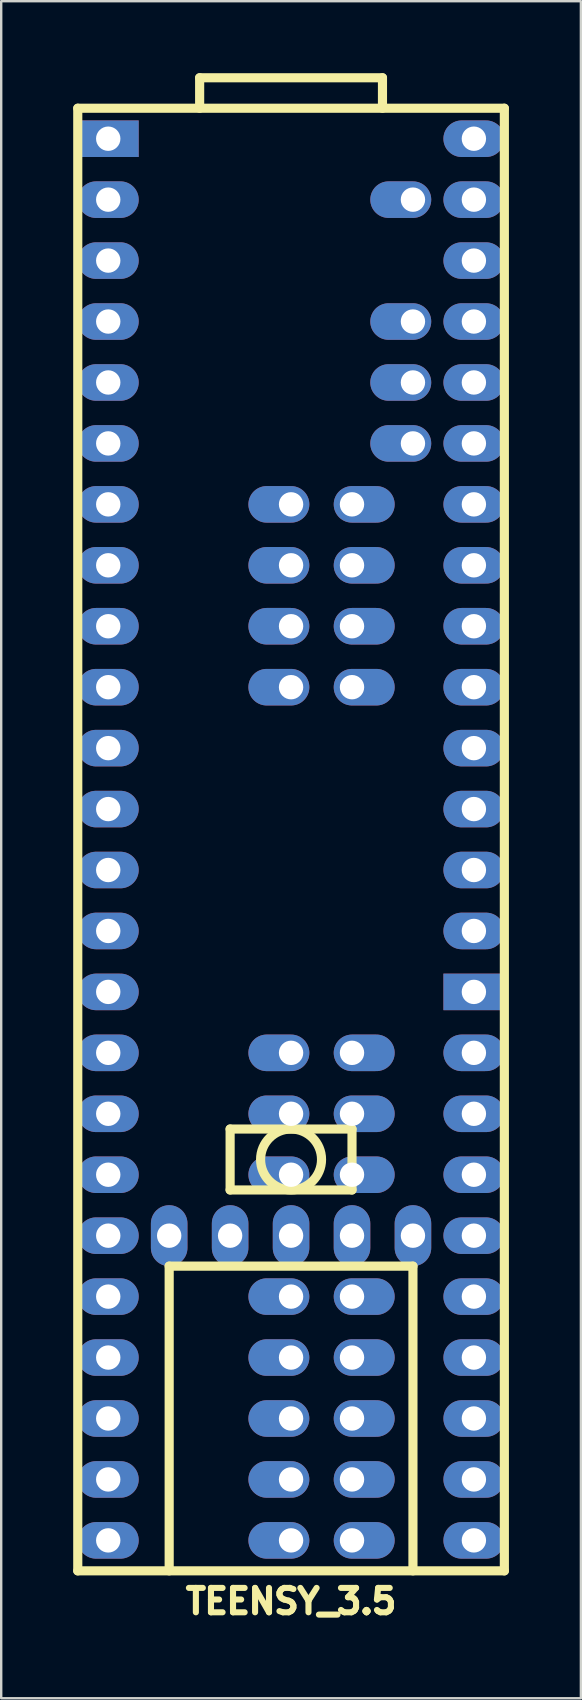
<source format=kicad_pcb>
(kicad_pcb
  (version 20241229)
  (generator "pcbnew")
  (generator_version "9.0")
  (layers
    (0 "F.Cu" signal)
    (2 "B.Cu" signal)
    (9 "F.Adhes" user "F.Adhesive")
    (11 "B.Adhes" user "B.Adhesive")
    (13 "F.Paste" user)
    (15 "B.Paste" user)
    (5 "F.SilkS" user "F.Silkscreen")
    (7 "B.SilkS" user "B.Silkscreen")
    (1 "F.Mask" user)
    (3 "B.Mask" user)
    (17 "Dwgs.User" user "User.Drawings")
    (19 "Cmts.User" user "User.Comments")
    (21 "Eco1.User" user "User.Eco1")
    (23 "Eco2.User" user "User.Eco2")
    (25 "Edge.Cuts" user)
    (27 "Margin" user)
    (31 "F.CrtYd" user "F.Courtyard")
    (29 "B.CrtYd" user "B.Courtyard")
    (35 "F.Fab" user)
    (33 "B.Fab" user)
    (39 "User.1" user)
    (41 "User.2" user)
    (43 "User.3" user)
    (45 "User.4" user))
  (footprint "TEENSY_3.5"
    (layer "F.Cu")
    (at 9.081 19.241)
    (property "Reference" "TEENSY_3.5" (at 0 44.45 0) (layer "F.SilkS") (effects (font (size 1.016 1.016) (thickness 0.254))))
    (attr through_hole)
    (fp_line (start -8.89 -17.78) (end -8.89 43.18) (stroke (width 0.381) (type solid)) (layer "F.SilkS"))
    (fp_line (start -8.89 43.18) (end 8.89 43.18) (stroke (width 0.381) (type solid)) (layer "F.SilkS"))
    (fp_line (start -5.08 30.48) (end 5.08 30.48) (stroke (width 0.381) (type solid)) (layer "F.SilkS"))
    (fp_line (start -5.08 43.18) (end -5.08 30.48) (stroke (width 0.381) (type solid)) (layer "F.SilkS"))
    (fp_line (start -3.81 -19.05) (end 3.81 -19.05) (stroke (width 0.381) (type solid)) (layer "F.SilkS"))
    (fp_line (start -3.81 -17.78) (end -3.81 -19.05) (stroke (width 0.381) (type solid)) (layer "F.SilkS"))
    (fp_line (start -2.54 24.765) (end -2.54 27.305) (stroke (width 0.381) (type solid)) (layer "F.SilkS"))
    (fp_line (start -2.54 27.305) (end 2.54 27.305) (stroke (width 0.381) (type solid)) (layer "F.SilkS"))
    (fp_line (start 2.54 24.765) (end -2.54 24.765) (stroke (width 0.381) (type solid)) (layer "F.SilkS"))
    (fp_line (start 2.54 27.305) (end 2.54 24.765) (stroke (width 0.381) (type solid)) (layer "F.SilkS"))
    (fp_line (start 3.81 -19.05) (end 3.81 -17.78) (stroke (width 0.381) (type solid)) (layer "F.SilkS"))
    (fp_line (start 5.08 30.48) (end 5.08 43.18) (stroke (width 0.381) (type solid)) (layer "F.SilkS"))
    (fp_line (start 8.89 -17.78) (end -8.89 -17.78) (stroke (width 0.381) (type solid)) (layer "F.SilkS"))
    (fp_line (start 8.89 -17.78) (end 8.89 43.18) (stroke (width 0.381) (type solid)) (layer "F.SilkS"))
    (fp_circle (center 0 26.035) (end 0 24.765) (stroke (width 0.381) (type solid)) (fill no) (layer "F.SilkS"))
    (pad "" thru_hole oval (at -7.62 19.05) (size 2.54 1.524) (drill 1.016) (layers "*.Cu" "*.Mask"))
    (pad "" thru_hole oval (at -5.08 29.21) (size 1.524 2.54) (drill 1.016) (layers "*.Cu" "*.Mask"))
    (pad "" thru_hole oval (at -2.54 29.21) (size 1.524 2.54) (drill 1.016) (layers "*.Cu" "*.Mask"))
    (pad "" thru_hole oval (at 0 -1.27) (size 2.54 1.524) (drill 1.016 (offset -0.508 0)) (layers "*.Cu" "*.Mask"))
    (pad "" thru_hole oval (at 0 1.27) (size 2.54 1.524) (drill 1.016 (offset -0.508 0)) (layers "*.Cu" "*.Mask"))
    (pad "" thru_hole oval (at 0 3.81) (size 2.54 1.524) (drill 1.016 (offset -0.508 0)) (layers "*.Cu" "*.Mask"))
    (pad "" thru_hole oval (at 0 6.35) (size 2.54 1.524) (drill 1.016 (offset -0.508 0)) (layers "*.Cu" "*.Mask"))
    (pad "" thru_hole oval (at 0 29.21) (size 1.524 2.54) (drill 1.016) (layers "*.Cu" "*.Mask"))
    (pad "" thru_hole oval (at 0 41.91) (size 2.54 1.524) (drill 1.016 (offset -0.508 0)) (layers "*.Cu" "*.Mask"))
    (pad "" thru_hole oval (at 2.54 41.91) (size 2.54 1.524) (drill 1.016 (offset 0.508 0)) (layers "*.Cu" "*.Mask"))
    (pad "" thru_hole rect (at 7.62 19.05) (size 2.54 1.524) (drill 1.016) (layers "*.Cu" "*.Mask"))
    (pad "0" thru_hole oval (at -7.62 -13.97) (size 2.54 1.524) (drill 1.016) (layers "*.Cu" "*.Mask"))
    (pad "1" thru_hole oval (at -7.62 -11.43) (size 2.54 1.524) (drill 1.016) (layers "*.Cu" "*.Mask"))
    (pad "2" thru_hole oval (at -7.62 -8.89) (size 2.54 1.524) (drill 1.016) (layers "*.Cu" "*.Mask"))
    (pad "3" thru_hole oval (at -7.62 -6.35) (size 2.54 1.524) (drill 1.016) (layers "*.Cu" "*.Mask"))
    (pad "3V3" thru_hole oval (at 7.62 -11.43) (size 2.54 1.524) (drill 1.016) (layers "*.Cu" "*.Mask"))
    (pad "4" thru_hole oval (at -7.62 -3.81) (size 2.54 1.524) (drill 1.016) (layers "*.Cu" "*.Mask"))
    (pad "5" thru_hole oval (at -7.62 -1.27) (size 2.54 1.524) (drill 1.016) (layers "*.Cu" "*.Mask"))
    (pad "6" thru_hole oval (at -7.62 1.27) (size 2.54 1.524) (drill 1.016) (layers "*.Cu" "*.Mask"))
    (pad "7" thru_hole oval (at -7.62 3.81) (size 2.54 1.524) (drill 1.016) (layers "*.Cu" "*.Mask"))
    (pad "8" thru_hole oval (at -7.62 6.35) (size 2.54 1.524) (drill 1.016) (layers "*.Cu" "*.Mask"))
    (pad "9" thru_hole oval (at -7.62 8.89) (size 2.54 1.524) (drill 1.016) (layers "*.Cu" "*.Mask"))
    (pad "10" thru_hole oval (at -7.62 11.43) (size 2.54 1.524) (drill 1.016) (layers "*.Cu" "*.Mask"))
    (pad "11" thru_hole oval (at -7.62 13.97) (size 2.54 1.524) (drill 1.016) (layers "*.Cu" "*.Mask"))
    (pad "12" thru_hole oval (at -7.62 16.51) (size 2.54 1.524) (drill 1.016) (layers "*.Cu" "*.Mask"))
    (pad "13" thru_hole oval (at 7.62 16.51) (size 2.54 1.524) (drill 1.016) (layers "*.Cu" "*.Mask"))
    (pad "14" thru_hole oval (at 7.62 13.97) (size 2.54 1.524) (drill 1.016) (layers "*.Cu" "*.Mask"))
    (pad "15" thru_hole oval (at 7.62 11.43) (size 2.54 1.524) (drill 1.016) (layers "*.Cu" "*.Mask"))
    (pad "16" thru_hole oval (at 7.62 8.89) (size 2.54 1.524) (drill 1.016) (layers "*.Cu" "*.Mask"))
    (pad "17" thru_hole oval (at 7.62 6.35) (size 2.54 1.524) (drill 1.016) (layers "*.Cu" "*.Mask"))
    (pad "18" thru_hole oval (at 7.62 3.81) (size 2.54 1.524) (drill 1.016) (layers "*.Cu" "*.Mask"))
    (pad "19" thru_hole oval (at 7.62 1.27) (size 2.54 1.524) (drill 1.016) (layers "*.Cu" "*.Mask"))
    (pad "20" thru_hole oval (at 7.62 -1.27) (size 2.54 1.524) (drill 1.016) (layers "*.Cu" "*.Mask"))
    (pad "21" thru_hole oval (at 7.62 -3.81) (size 2.54 1.524) (drill 1.016) (layers "*.Cu" "*.Mask"))
    (pad "22" thru_hole oval (at 7.62 -6.35) (size 2.54 1.524) (drill 1.016) (layers "*.Cu" "*.Mask"))
    (pad "23" thru_hole oval (at 7.62 -8.89) (size 2.54 1.524) (drill 1.016) (layers "*.Cu" "*.Mask"))
    (pad "24" thru_hole oval (at -7.62 21.59) (size 2.54 1.524) (drill 1.016) (layers "*.Cu" "*.Mask"))
    (pad "25" thru_hole oval (at -7.62 24.13) (size 2.54 1.524) (drill 1.016) (layers "*.Cu" "*.Mask"))
    (pad "26" thru_hole oval (at -7.62 26.67) (size 2.54 1.524) (drill 1.016) (layers "*.Cu" "*.Mask"))
    (pad "27" thru_hole oval (at -7.62 29.21) (size 2.54 1.524) (drill 1.016) (layers "*.Cu" "*.Mask"))
    (pad "28" thru_hole oval (at -7.62 31.75) (size 2.54 1.524) (drill 1.016) (layers "*.Cu" "*.Mask"))
    (pad "29" thru_hole oval (at -7.62 34.29) (size 2.54 1.524) (drill 1.016) (layers "*.Cu" "*.Mask"))
    (pad "30" thru_hole oval (at -7.62 36.83) (size 2.54 1.524) (drill 1.016) (layers "*.Cu" "*.Mask"))
    (pad "31" thru_hole oval (at -7.62 39.37) (size 2.54 1.524) (drill 1.016) (layers "*.Cu" "*.Mask"))
    (pad "32" thru_hole oval (at -7.62 41.91) (size 2.54 1.524) (drill 1.016) (layers "*.Cu" "*.Mask"))
    (pad "33" thru_hole oval (at 7.62 41.91) (size 2.54 1.524) (drill 1.016) (layers "*.Cu" "*.Mask"))
    (pad "34" thru_hole oval (at 7.62 39.37) (size 2.54 1.524) (drill 1.016) (layers "*.Cu" "*.Mask"))
    (pad "35" thru_hole oval (at 7.62 36.83) (size 2.54 1.524) (drill 1.016) (layers "*.Cu" "*.Mask"))
    (pad "36" thru_hole oval (at 7.62 34.29) (size 2.54 1.524) (drill 1.016) (layers "*.Cu" "*.Mask"))
    (pad "37" thru_hole oval (at 7.62 31.75) (size 2.54 1.524) (drill 1.016) (layers "*.Cu" "*.Mask"))
    (pad "38" thru_hole oval (at 7.62 29.21) (size 2.54 1.524) (drill 1.016) (layers "*.Cu" "*.Mask"))
    (pad "39" thru_hole oval (at 7.62 26.67) (size 2.54 1.524) (drill 1.016) (layers "*.Cu" "*.Mask"))
    (pad "40" thru_hole oval (at 0 21.59) (size 2.54 1.524) (drill 1.016 (offset -0.508 0)) (layers "*.Cu" "*.Mask"))
    (pad "41" thru_hole oval (at 0 24.13) (size 2.54 1.524) (drill 1.016 (offset -0.508 0)) (layers "*.Cu" "*.Mask"))
    (pad "42" thru_hole oval (at 0 26.67) (size 2.54 1.524) (drill 1.016 (offset -0.508 0)) (layers "*.Cu" "*.Mask"))
    (pad "43" thru_hole oval (at 0 31.75) (size 2.54 1.524) (drill 1.016 (offset -0.508 0)) (layers "*.Cu" "*.Mask"))
    (pad "44" thru_hole oval (at 0 34.29) (size 2.54 1.524) (drill 1.016 (offset -0.508 0)) (layers "*.Cu" "*.Mask"))
    (pad "45" thru_hole oval (at 0 36.83) (size 2.54 1.524) (drill 1.016 (offset -0.508 0)) (layers "*.Cu" "*.Mask"))
    (pad "46" thru_hole oval (at 0 39.37) (size 2.54 1.524) (drill 1.016 (offset -0.508 0)) (layers "*.Cu" "*.Mask"))
    (pad "47" thru_hole oval (at 2.54 39.37) (size 2.54 1.524) (drill 1.016 (offset 0.508 0)) (layers "*.Cu" "*.Mask"))
    (pad "48" thru_hole oval (at 2.54 36.83) (size 2.54 1.524) (drill 1.016 (offset 0.508 0)) (layers "*.Cu" "*.Mask"))
    (pad "49" thru_hole oval (at 2.54 34.29) (size 2.54 1.524) (drill 1.016 (offset 0.508 0)) (layers "*.Cu" "*.Mask"))
    (pad "50" thru_hole oval (at 2.54 31.75) (size 2.54 1.524) (drill 1.016 (offset 0.508 0)) (layers "*.Cu" "*.Mask"))
    (pad "51" thru_hole oval (at 2.54 26.67) (size 2.54 1.524) (drill 1.016 (offset 0.508 0)) (layers "*.Cu" "*.Mask"))
    (pad "52" thru_hole oval (at 2.54 24.13) (size 2.54 1.524) (drill 1.016 (offset 0.508 0)) (layers "*.Cu" "*.Mask"))
    (pad "53" thru_hole oval (at 2.54 21.59) (size 2.54 1.524) (drill 1.016 (offset 0.508 0)) (layers "*.Cu" "*.Mask"))
    (pad "54" thru_hole oval (at 2.54 6.35) (size 2.54 1.524) (drill 1.016 (offset 0.508 0)) (layers "*.Cu" "*.Mask"))
    (pad "55" thru_hole oval (at 2.54 3.81) (size 2.54 1.524) (drill 1.016 (offset 0.508 0)) (layers "*.Cu" "*.Mask"))
    (pad "56" thru_hole oval (at 2.54 1.27) (size 2.54 1.524) (drill 1.016 (offset 0.508 0)) (layers "*.Cu" "*.Mask"))
    (pad "57" thru_hole oval (at 2.54 -1.27) (size 2.54 1.524) (drill 1.016 (offset 0.508 0)) (layers "*.Cu" "*.Mask"))
    (pad "A10" thru_hole oval (at 5.08 -6.35) (size 2.54 1.524) (drill 1.016 (offset -0.508 0)) (layers "*.Cu" "*.Mask"))
    (pad "A11" thru_hole oval (at 5.08 -3.81) (size 2.54 1.524) (drill 1.016 (offset -0.508 0)) (layers "*.Cu" "*.Mask"))
    (pad "A21" thru_hole oval (at 7.62 24.13) (size 2.54 1.524) (drill 1.016) (layers "*.Cu" "*.Mask"))
    (pad "A22" thru_hole oval (at 7.62 21.59) (size 2.54 1.524) (drill 1.016) (layers "*.Cu" "*.Mask"))
    (pad "AGND" thru_hole oval (at 7.62 -13.97) (size 2.54 1.524) (drill 1.016) (layers "*.Cu" "*.Mask"))
    (pad "AREF" thru_hole oval (at 5.08 -8.89) (size 2.54 1.524) (drill 1.016 (offset -0.508 0)) (layers "*.Cu" "*.Mask"))
    (pad "GND" thru_hole rect (at -7.62 -16.51) (size 2.54 1.524) (drill 1.016) (layers "*.Cu" "*.Mask"))
    (pad "PROG" thru_hole oval (at 2.54 29.21) (size 1.524 2.54) (drill 1.016) (layers "*.Cu" "*.Mask"))
    (pad "RSET" thru_hole oval (at 5.08 29.21) (size 1.524 2.54) (drill 1.016) (layers "*.Cu" "*.Mask"))
    (pad "V_IN" thru_hole oval (at 7.62 -16.51) (size 2.54 1.524) (drill 1.016) (layers "*.Cu" "*.Mask"))
    (pad "V_U" thru_hole oval (at 5.08 -13.97) (size 2.54 1.524) (drill 1.016 (offset -0.508 0)) (layers "*.Cu" "*.Mask")))
  (gr_rect
    (start -3 -3)
    (end 21.161 67.731)
    (stroke (width 0.1) (type default))
    (fill no)
    (layer "Edge.Cuts")))
</source>
